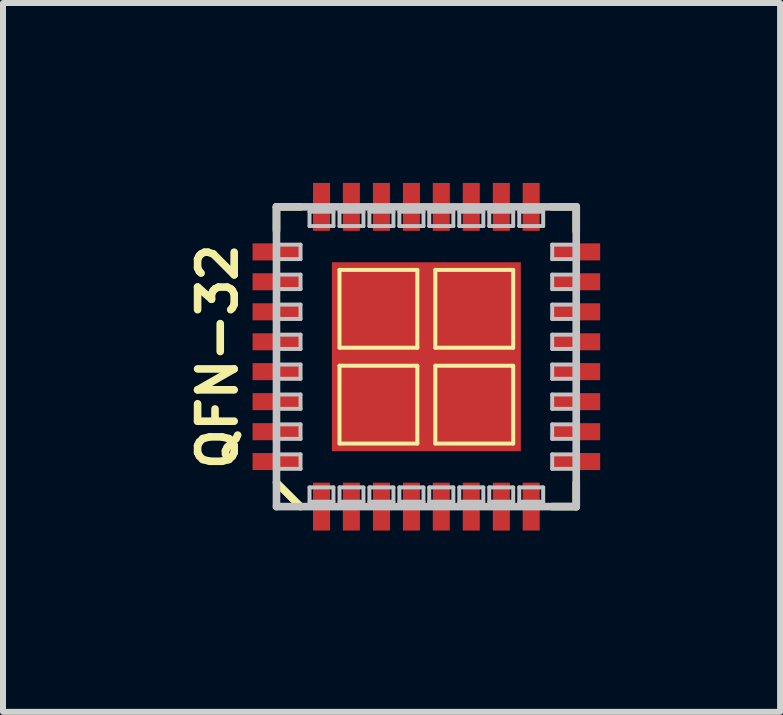
<source format=kicad_pcb>
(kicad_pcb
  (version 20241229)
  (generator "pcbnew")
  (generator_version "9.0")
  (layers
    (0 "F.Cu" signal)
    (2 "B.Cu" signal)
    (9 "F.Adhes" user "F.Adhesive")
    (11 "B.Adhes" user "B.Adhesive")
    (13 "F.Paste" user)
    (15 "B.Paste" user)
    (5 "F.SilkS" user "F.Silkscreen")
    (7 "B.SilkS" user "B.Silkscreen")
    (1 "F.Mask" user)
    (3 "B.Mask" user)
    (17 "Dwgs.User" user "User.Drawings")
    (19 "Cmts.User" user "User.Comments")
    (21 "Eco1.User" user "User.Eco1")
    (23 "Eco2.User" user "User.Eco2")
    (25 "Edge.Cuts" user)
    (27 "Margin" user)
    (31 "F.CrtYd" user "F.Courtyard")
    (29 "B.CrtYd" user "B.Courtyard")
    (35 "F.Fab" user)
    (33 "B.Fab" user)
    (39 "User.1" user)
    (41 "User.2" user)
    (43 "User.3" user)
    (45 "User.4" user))
  (footprint "QFN-32"
    (layer "F.Cu")
    (at 4.059 2.898)
    (property "Reference" "QFN-32" (at -3.48 0 90) (layer "F.SilkS") (effects (font (size 0.61 0.61) (thickness 0.127))))
    (attr smd)
    (fp_line (start -2.499 -2.499) (end -2.098 -2.499) (stroke (width 0.127) (type solid)) (layer "F.SilkS"))
    (fp_line (start -2.499 -2.098) (end -2.499 -2.499) (stroke (width 0.127) (type solid)) (layer "F.SilkS"))
    (fp_line (start -2.499 2.098) (end -2.098 2.499) (stroke (width 0.127) (type solid)) (layer "F.SilkS"))
    (fp_line (start -1.448 -1.448) (end -0.15 -1.448) (stroke (width 0.066) (type solid)) (layer "F.SilkS"))
    (fp_line (start -1.448 -0.15) (end -1.448 -1.448) (stroke (width 0.066) (type solid)) (layer "F.SilkS"))
    (fp_line (start -1.448 -0.15) (end -0.15 -0.15) (stroke (width 0.066) (type solid)) (layer "F.SilkS"))
    (fp_line (start -1.448 0.15) (end -0.15 0.15) (stroke (width 0.066) (type solid)) (layer "F.SilkS"))
    (fp_line (start -1.448 1.448) (end -1.448 0.15) (stroke (width 0.066) (type solid)) (layer "F.SilkS"))
    (fp_line (start -1.448 1.448) (end -0.15 1.448) (stroke (width 0.066) (type solid)) (layer "F.SilkS"))
    (fp_line (start -0.15 -0.15) (end -0.15 -1.448) (stroke (width 0.066) (type solid)) (layer "F.SilkS"))
    (fp_line (start -0.15 1.448) (end -0.15 0.15) (stroke (width 0.066) (type solid)) (layer "F.SilkS"))
    (fp_line (start 0.15 -1.448) (end 1.448 -1.448) (stroke (width 0.066) (type solid)) (layer "F.SilkS"))
    (fp_line (start 0.15 -0.15) (end 0.15 -1.448) (stroke (width 0.066) (type solid)) (layer "F.SilkS"))
    (fp_line (start 0.15 -0.15) (end 1.448 -0.15) (stroke (width 0.066) (type solid)) (layer "F.SilkS"))
    (fp_line (start 0.15 0.15) (end 1.448 0.15) (stroke (width 0.066) (type solid)) (layer "F.SilkS"))
    (fp_line (start 0.15 1.448) (end 0.15 0.15) (stroke (width 0.066) (type solid)) (layer "F.SilkS"))
    (fp_line (start 0.15 1.448) (end 1.448 1.448) (stroke (width 0.066) (type solid)) (layer "F.SilkS"))
    (fp_line (start 1.448 -0.15) (end 1.448 -1.448) (stroke (width 0.066) (type solid)) (layer "F.SilkS"))
    (fp_line (start 1.448 1.448) (end 1.448 0.15) (stroke (width 0.066) (type solid)) (layer "F.SilkS"))
    (fp_line (start 2.098 -2.499) (end 2.499 -2.499) (stroke (width 0.127) (type solid)) (layer "F.SilkS"))
    (fp_line (start 2.499 -2.499) (end 2.499 -2.098) (stroke (width 0.127) (type solid)) (layer "F.SilkS"))
    (fp_line (start 2.499 2.098) (end 2.499 2.499) (stroke (width 0.127) (type solid)) (layer "F.SilkS"))
    (fp_line (start 2.499 2.499) (end 2.098 2.499) (stroke (width 0.127) (type solid)) (layer "F.SilkS"))
    (fp_circle (center -2.667 2.667) (end -2.54 2.667) (stroke (width 0.254) (type solid)) (fill no) (layer "B.Paste"))
    (fp_line (start -2.499 -2.499) (end -2.499 2.499) (stroke (width 0.127) (type solid)) (layer "Dwgs.User"))
    (fp_line (start -2.499 -1.869) (end -2.098 -1.869) (stroke (width 0.066) (type solid)) (layer "Dwgs.User"))
    (fp_line (start -2.499 -1.628) (end -2.499 -1.869) (stroke (width 0.066) (type solid)) (layer "Dwgs.User"))
    (fp_line (start -2.499 -1.628) (end -2.098 -1.628) (stroke (width 0.066) (type solid)) (layer "Dwgs.User"))
    (fp_line (start -2.499 -1.369) (end -2.098 -1.369) (stroke (width 0.066) (type solid)) (layer "Dwgs.User"))
    (fp_line (start -2.499 -1.128) (end -2.499 -1.369) (stroke (width 0.066) (type solid)) (layer "Dwgs.User"))
    (fp_line (start -2.499 -1.128) (end -2.098 -1.128) (stroke (width 0.066) (type solid)) (layer "Dwgs.User"))
    (fp_line (start -2.499 -0.869) (end -2.098 -0.869) (stroke (width 0.066) (type solid)) (layer "Dwgs.User"))
    (fp_line (start -2.499 -0.63) (end -2.499 -0.869) (stroke (width 0.066) (type solid)) (layer "Dwgs.User"))
    (fp_line (start -2.499 -0.63) (end -2.098 -0.63) (stroke (width 0.066) (type solid)) (layer "Dwgs.User"))
    (fp_line (start -2.499 -0.368) (end -2.098 -0.368) (stroke (width 0.066) (type solid)) (layer "Dwgs.User"))
    (fp_line (start -2.499 -0.13) (end -2.499 -0.368) (stroke (width 0.066) (type solid)) (layer "Dwgs.User"))
    (fp_line (start -2.499 -0.13) (end -2.098 -0.13) (stroke (width 0.066) (type solid)) (layer "Dwgs.User"))
    (fp_line (start -2.499 0.13) (end -2.098 0.13) (stroke (width 0.066) (type solid)) (layer "Dwgs.User"))
    (fp_line (start -2.499 0.368) (end -2.499 0.13) (stroke (width 0.066) (type solid)) (layer "Dwgs.User"))
    (fp_line (start -2.499 0.368) (end -2.098 0.368) (stroke (width 0.066) (type solid)) (layer "Dwgs.User"))
    (fp_line (start -2.499 0.63) (end -2.098 0.63) (stroke (width 0.066) (type solid)) (layer "Dwgs.User"))
    (fp_line (start -2.499 0.869) (end -2.499 0.63) (stroke (width 0.066) (type solid)) (layer "Dwgs.User"))
    (fp_line (start -2.499 0.869) (end -2.098 0.869) (stroke (width 0.066) (type solid)) (layer "Dwgs.User"))
    (fp_line (start -2.499 1.128) (end -2.098 1.128) (stroke (width 0.066) (type solid)) (layer "Dwgs.User"))
    (fp_line (start -2.499 1.369) (end -2.499 1.128) (stroke (width 0.066) (type solid)) (layer "Dwgs.User"))
    (fp_line (start -2.499 1.369) (end -2.098 1.369) (stroke (width 0.066) (type solid)) (layer "Dwgs.User"))
    (fp_line (start -2.499 1.628) (end -2.098 1.628) (stroke (width 0.066) (type solid)) (layer "Dwgs.User"))
    (fp_line (start -2.499 1.869) (end -2.499 1.628) (stroke (width 0.066) (type solid)) (layer "Dwgs.User"))
    (fp_line (start -2.499 1.869) (end -2.098 1.869) (stroke (width 0.066) (type solid)) (layer "Dwgs.User"))
    (fp_line (start -2.499 2.499) (end 2.499 2.499) (stroke (width 0.127) (type solid)) (layer "Dwgs.User"))
    (fp_line (start -2.098 -1.628) (end -2.098 -1.869) (stroke (width 0.066) (type solid)) (layer "Dwgs.User"))
    (fp_line (start -2.098 -1.128) (end -2.098 -1.369) (stroke (width 0.066) (type solid)) (layer "Dwgs.User"))
    (fp_line (start -2.098 -0.63) (end -2.098 -0.869) (stroke (width 0.066) (type solid)) (layer "Dwgs.User"))
    (fp_line (start -2.098 -0.13) (end -2.098 -0.368) (stroke (width 0.066) (type solid)) (layer "Dwgs.User"))
    (fp_line (start -2.098 0.368) (end -2.098 0.13) (stroke (width 0.066) (type solid)) (layer "Dwgs.User"))
    (fp_line (start -2.098 0.869) (end -2.098 0.63) (stroke (width 0.066) (type solid)) (layer "Dwgs.User"))
    (fp_line (start -2.098 1.369) (end -2.098 1.128) (stroke (width 0.066) (type solid)) (layer "Dwgs.User"))
    (fp_line (start -2.098 1.869) (end -2.098 1.628) (stroke (width 0.066) (type solid)) (layer "Dwgs.User"))
    (fp_line (start -1.948 -2.418) (end -1.549 -2.418) (stroke (width 0.066) (type solid)) (layer "Dwgs.User"))
    (fp_line (start -1.948 -2.179) (end -1.948 -2.418) (stroke (width 0.066) (type solid)) (layer "Dwgs.User"))
    (fp_line (start -1.948 -2.179) (end -1.549 -2.179) (stroke (width 0.066) (type solid)) (layer "Dwgs.User"))
    (fp_line (start -1.948 2.179) (end -1.549 2.179) (stroke (width 0.066) (type solid)) (layer "Dwgs.User"))
    (fp_line (start -1.948 2.418) (end -1.948 2.179) (stroke (width 0.066) (type solid)) (layer "Dwgs.User"))
    (fp_line (start -1.948 2.418) (end -1.549 2.418) (stroke (width 0.066) (type solid)) (layer "Dwgs.User"))
    (fp_line (start -1.549 -2.179) (end -1.549 -2.418) (stroke (width 0.066) (type solid)) (layer "Dwgs.User"))
    (fp_line (start -1.549 2.418) (end -1.549 2.179) (stroke (width 0.066) (type solid)) (layer "Dwgs.User"))
    (fp_line (start -1.448 -2.418) (end -1.049 -2.418) (stroke (width 0.066) (type solid)) (layer "Dwgs.User"))
    (fp_line (start -1.448 -2.179) (end -1.448 -2.418) (stroke (width 0.066) (type solid)) (layer "Dwgs.User"))
    (fp_line (start -1.448 -2.179) (end -1.049 -2.179) (stroke (width 0.066) (type solid)) (layer "Dwgs.User"))
    (fp_line (start -1.448 2.179) (end -1.049 2.179) (stroke (width 0.066) (type solid)) (layer "Dwgs.User"))
    (fp_line (start -1.448 2.418) (end -1.448 2.179) (stroke (width 0.066) (type solid)) (layer "Dwgs.User"))
    (fp_line (start -1.448 2.418) (end -1.049 2.418) (stroke (width 0.066) (type solid)) (layer "Dwgs.User"))
    (fp_line (start -1.049 -2.179) (end -1.049 -2.418) (stroke (width 0.066) (type solid)) (layer "Dwgs.User"))
    (fp_line (start -1.049 2.418) (end -1.049 2.179) (stroke (width 0.066) (type solid)) (layer "Dwgs.User"))
    (fp_line (start -0.95 -2.418) (end -0.549 -2.418) (stroke (width 0.066) (type solid)) (layer "Dwgs.User"))
    (fp_line (start -0.95 -2.179) (end -0.95 -2.418) (stroke (width 0.066) (type solid)) (layer "Dwgs.User"))
    (fp_line (start -0.95 -2.179) (end -0.549 -2.179) (stroke (width 0.066) (type solid)) (layer "Dwgs.User"))
    (fp_line (start -0.95 2.179) (end -0.549 2.179) (stroke (width 0.066) (type solid)) (layer "Dwgs.User"))
    (fp_line (start -0.95 2.418) (end -0.95 2.179) (stroke (width 0.066) (type solid)) (layer "Dwgs.User"))
    (fp_line (start -0.95 2.418) (end -0.549 2.418) (stroke (width 0.066) (type solid)) (layer "Dwgs.User"))
    (fp_line (start -0.549 -2.179) (end -0.549 -2.418) (stroke (width 0.066) (type solid)) (layer "Dwgs.User"))
    (fp_line (start -0.549 2.418) (end -0.549 2.179) (stroke (width 0.066) (type solid)) (layer "Dwgs.User"))
    (fp_line (start -0.45 -2.418) (end -0.048 -2.418) (stroke (width 0.066) (type solid)) (layer "Dwgs.User"))
    (fp_line (start -0.45 -2.179) (end -0.45 -2.418) (stroke (width 0.066) (type solid)) (layer "Dwgs.User"))
    (fp_line (start -0.45 -2.179) (end -0.048 -2.179) (stroke (width 0.066) (type solid)) (layer "Dwgs.User"))
    (fp_line (start -0.45 2.179) (end -0.048 2.179) (stroke (width 0.066) (type solid)) (layer "Dwgs.User"))
    (fp_line (start -0.45 2.418) (end -0.45 2.179) (stroke (width 0.066) (type solid)) (layer "Dwgs.User"))
    (fp_line (start -0.45 2.418) (end -0.048 2.418) (stroke (width 0.066) (type solid)) (layer "Dwgs.User"))
    (fp_line (start -0.048 -2.179) (end -0.048 -2.418) (stroke (width 0.066) (type solid)) (layer "Dwgs.User"))
    (fp_line (start -0.048 2.418) (end -0.048 2.179) (stroke (width 0.066) (type solid)) (layer "Dwgs.User"))
    (fp_line (start 0.048 -2.418) (end 0.45 -2.418) (stroke (width 0.066) (type solid)) (layer "Dwgs.User"))
    (fp_line (start 0.048 -2.179) (end 0.048 -2.418) (stroke (width 0.066) (type solid)) (layer "Dwgs.User"))
    (fp_line (start 0.048 -2.179) (end 0.45 -2.179) (stroke (width 0.066) (type solid)) (layer "Dwgs.User"))
    (fp_line (start 0.048 2.179) (end 0.45 2.179) (stroke (width 0.066) (type solid)) (layer "Dwgs.User"))
    (fp_line (start 0.048 2.418) (end 0.048 2.179) (stroke (width 0.066) (type solid)) (layer "Dwgs.User"))
    (fp_line (start 0.048 2.418) (end 0.45 2.418) (stroke (width 0.066) (type solid)) (layer "Dwgs.User"))
    (fp_line (start 0.45 -2.179) (end 0.45 -2.418) (stroke (width 0.066) (type solid)) (layer "Dwgs.User"))
    (fp_line (start 0.45 2.418) (end 0.45 2.179) (stroke (width 0.066) (type solid)) (layer "Dwgs.User"))
    (fp_line (start 0.549 -2.418) (end 0.95 -2.418) (stroke (width 0.066) (type solid)) (layer "Dwgs.User"))
    (fp_line (start 0.549 -2.179) (end 0.549 -2.418) (stroke (width 0.066) (type solid)) (layer "Dwgs.User"))
    (fp_line (start 0.549 -2.179) (end 0.95 -2.179) (stroke (width 0.066) (type solid)) (layer "Dwgs.User"))
    (fp_line (start 0.549 2.179) (end 0.95 2.179) (stroke (width 0.066) (type solid)) (layer "Dwgs.User"))
    (fp_line (start 0.549 2.418) (end 0.549 2.179) (stroke (width 0.066) (type solid)) (layer "Dwgs.User"))
    (fp_line (start 0.549 2.418) (end 0.95 2.418) (stroke (width 0.066) (type solid)) (layer "Dwgs.User"))
    (fp_line (start 0.95 -2.179) (end 0.95 -2.418) (stroke (width 0.066) (type solid)) (layer "Dwgs.User"))
    (fp_line (start 0.95 2.418) (end 0.95 2.179) (stroke (width 0.066) (type solid)) (layer "Dwgs.User"))
    (fp_line (start 1.049 -2.418) (end 1.448 -2.418) (stroke (width 0.066) (type solid)) (layer "Dwgs.User"))
    (fp_line (start 1.049 -2.179) (end 1.049 -2.418) (stroke (width 0.066) (type solid)) (layer "Dwgs.User"))
    (fp_line (start 1.049 -2.179) (end 1.448 -2.179) (stroke (width 0.066) (type solid)) (layer "Dwgs.User"))
    (fp_line (start 1.049 2.179) (end 1.448 2.179) (stroke (width 0.066) (type solid)) (layer "Dwgs.User"))
    (fp_line (start 1.049 2.418) (end 1.049 2.179) (stroke (width 0.066) (type solid)) (layer "Dwgs.User"))
    (fp_line (start 1.049 2.418) (end 1.448 2.418) (stroke (width 0.066) (type solid)) (layer "Dwgs.User"))
    (fp_line (start 1.448 -2.179) (end 1.448 -2.418) (stroke (width 0.066) (type solid)) (layer "Dwgs.User"))
    (fp_line (start 1.448 2.418) (end 1.448 2.179) (stroke (width 0.066) (type solid)) (layer "Dwgs.User"))
    (fp_line (start 1.549 -2.418) (end 1.948 -2.418) (stroke (width 0.066) (type solid)) (layer "Dwgs.User"))
    (fp_line (start 1.549 -2.179) (end 1.549 -2.418) (stroke (width 0.066) (type solid)) (layer "Dwgs.User"))
    (fp_line (start 1.549 -2.179) (end 1.948 -2.179) (stroke (width 0.066) (type solid)) (layer "Dwgs.User"))
    (fp_line (start 1.549 2.179) (end 1.948 2.179) (stroke (width 0.066) (type solid)) (layer "Dwgs.User"))
    (fp_line (start 1.549 2.418) (end 1.549 2.179) (stroke (width 0.066) (type solid)) (layer "Dwgs.User"))
    (fp_line (start 1.549 2.418) (end 1.948 2.418) (stroke (width 0.066) (type solid)) (layer "Dwgs.User"))
    (fp_line (start 1.948 -2.179) (end 1.948 -2.418) (stroke (width 0.066) (type solid)) (layer "Dwgs.User"))
    (fp_line (start 1.948 2.418) (end 1.948 2.179) (stroke (width 0.066) (type solid)) (layer "Dwgs.User"))
    (fp_line (start 2.098 -1.869) (end 2.499 -1.869) (stroke (width 0.066) (type solid)) (layer "Dwgs.User"))
    (fp_line (start 2.098 -1.628) (end 2.098 -1.869) (stroke (width 0.066) (type solid)) (layer "Dwgs.User"))
    (fp_line (start 2.098 -1.628) (end 2.499 -1.628) (stroke (width 0.066) (type solid)) (layer "Dwgs.User"))
    (fp_line (start 2.098 -1.369) (end 2.499 -1.369) (stroke (width 0.066) (type solid)) (layer "Dwgs.User"))
    (fp_line (start 2.098 -1.128) (end 2.098 -1.369) (stroke (width 0.066) (type solid)) (layer "Dwgs.User"))
    (fp_line (start 2.098 -1.128) (end 2.499 -1.128) (stroke (width 0.066) (type solid)) (layer "Dwgs.User"))
    (fp_line (start 2.098 -0.869) (end 2.499 -0.869) (stroke (width 0.066) (type solid)) (layer "Dwgs.User"))
    (fp_line (start 2.098 -0.63) (end 2.098 -0.869) (stroke (width 0.066) (type solid)) (layer "Dwgs.User"))
    (fp_line (start 2.098 -0.63) (end 2.499 -0.63) (stroke (width 0.066) (type solid)) (layer "Dwgs.User"))
    (fp_line (start 2.098 -0.368) (end 2.499 -0.368) (stroke (width 0.066) (type solid)) (layer "Dwgs.User"))
    (fp_line (start 2.098 -0.13) (end 2.098 -0.368) (stroke (width 0.066) (type solid)) (layer "Dwgs.User"))
    (fp_line (start 2.098 -0.13) (end 2.499 -0.13) (stroke (width 0.066) (type solid)) (layer "Dwgs.User"))
    (fp_line (start 2.098 0.13) (end 2.499 0.13) (stroke (width 0.066) (type solid)) (layer "Dwgs.User"))
    (fp_line (start 2.098 0.368) (end 2.098 0.13) (stroke (width 0.066) (type solid)) (layer "Dwgs.User"))
    (fp_line (start 2.098 0.368) (end 2.499 0.368) (stroke (width 0.066) (type solid)) (layer "Dwgs.User"))
    (fp_line (start 2.098 0.63) (end 2.499 0.63) (stroke (width 0.066) (type solid)) (layer "Dwgs.User"))
    (fp_line (start 2.098 0.869) (end 2.098 0.63) (stroke (width 0.066) (type solid)) (layer "Dwgs.User"))
    (fp_line (start 2.098 0.869) (end 2.499 0.869) (stroke (width 0.066) (type solid)) (layer "Dwgs.User"))
    (fp_line (start 2.098 1.128) (end 2.499 1.128) (stroke (width 0.066) (type solid)) (layer "Dwgs.User"))
    (fp_line (start 2.098 1.369) (end 2.098 1.128) (stroke (width 0.066) (type solid)) (layer "Dwgs.User"))
    (fp_line (start 2.098 1.369) (end 2.499 1.369) (stroke (width 0.066) (type solid)) (layer "Dwgs.User"))
    (fp_line (start 2.098 1.628) (end 2.499 1.628) (stroke (width 0.066) (type solid)) (layer "Dwgs.User"))
    (fp_line (start 2.098 1.869) (end 2.098 1.628) (stroke (width 0.066) (type solid)) (layer "Dwgs.User"))
    (fp_line (start 2.098 1.869) (end 2.499 1.869) (stroke (width 0.066) (type solid)) (layer "Dwgs.User"))
    (fp_line (start 2.499 -2.499) (end -2.499 -2.499) (stroke (width 0.127) (type solid)) (layer "Dwgs.User"))
    (fp_line (start 2.499 -1.628) (end 2.499 -1.869) (stroke (width 0.066) (type solid)) (layer "Dwgs.User"))
    (fp_line (start 2.499 -1.128) (end 2.499 -1.369) (stroke (width 0.066) (type solid)) (layer "Dwgs.User"))
    (fp_line (start 2.499 -0.63) (end 2.499 -0.869) (stroke (width 0.066) (type solid)) (layer "Dwgs.User"))
    (fp_line (start 2.499 -0.13) (end 2.499 -0.368) (stroke (width 0.066) (type solid)) (layer "Dwgs.User"))
    (fp_line (start 2.499 0.368) (end 2.499 0.13) (stroke (width 0.066) (type solid)) (layer "Dwgs.User"))
    (fp_line (start 2.499 0.869) (end 2.499 0.63) (stroke (width 0.066) (type solid)) (layer "Dwgs.User"))
    (fp_line (start 2.499 1.369) (end 2.499 1.128) (stroke (width 0.066) (type solid)) (layer "Dwgs.User"))
    (fp_line (start 2.499 1.869) (end 2.499 1.628) (stroke (width 0.066) (type solid)) (layer "Dwgs.User"))
    (fp_line (start 2.499 2.499) (end 2.499 -2.499) (stroke (width 0.127) (type solid)) (layer "Dwgs.User"))
    (pad "1" smd rect (at -1.748 2.499 90) (size 0.798 0.284) (layers "F.Cu" "F.Mask" "F.Paste"))
    (pad "2" smd rect (at -1.25 2.499 90) (size 0.798 0.284) (layers "F.Cu" "F.Mask" "F.Paste"))
    (pad "3" smd rect (at -0.749 2.499 90) (size 0.798 0.284) (layers "F.Cu" "F.Mask" "F.Paste"))
    (pad "4" smd rect (at -0.249 2.499 90) (size 0.798 0.284) (layers "F.Cu" "F.Mask" "F.Paste"))
    (pad "5" smd rect (at 0.249 2.499 90) (size 0.798 0.284) (layers "F.Cu" "F.Mask" "F.Paste"))
    (pad "6" smd rect (at 0.749 2.499 90) (size 0.798 0.284) (layers "F.Cu" "F.Mask" "F.Paste"))
    (pad "7" smd rect (at 1.25 2.499 90) (size 0.798 0.284) (layers "F.Cu" "F.Mask" "F.Paste"))
    (pad "8" smd rect (at 1.748 2.499 90) (size 0.798 0.284) (layers "F.Cu" "F.Mask" "F.Paste"))
    (pad "9" smd rect (at 2.499 1.748 180) (size 0.798 0.284) (layers "F.Cu" "F.Mask" "F.Paste"))
    (pad "10" smd rect (at 2.499 1.25 180) (size 0.798 0.284) (layers "F.Cu" "F.Mask" "F.Paste"))
    (pad "11" smd rect (at 2.499 0.749 180) (size 0.798 0.284) (layers "F.Cu" "F.Mask" "F.Paste"))
    (pad "12" smd rect (at 2.499 0.249 180) (size 0.798 0.284) (layers "F.Cu" "F.Mask" "F.Paste"))
    (pad "13" smd rect (at 2.499 -0.249 180) (size 0.798 0.284) (layers "F.Cu" "F.Mask" "F.Paste"))
    (pad "14" smd rect (at 2.499 -0.749 180) (size 0.798 0.284) (layers "F.Cu" "F.Mask" "F.Paste"))
    (pad "15" smd rect (at 2.499 -1.25 180) (size 0.798 0.284) (layers "F.Cu" "F.Mask" "F.Paste"))
    (pad "16" smd rect (at 2.499 -1.748 180) (size 0.798 0.284) (layers "F.Cu" "F.Mask" "F.Paste"))
    (pad "17" smd rect (at 1.748 -2.499 270) (size 0.798 0.284) (layers "F.Cu" "F.Mask" "F.Paste"))
    (pad "18" smd rect (at 1.25 -2.499 270) (size 0.798 0.284) (layers "F.Cu" "F.Mask" "F.Paste"))
    (pad "19" smd rect (at 0.749 -2.499 270) (size 0.798 0.284) (layers "F.Cu" "F.Mask" "F.Paste"))
    (pad "20" smd rect (at 0.249 -2.499 270) (size 0.798 0.284) (layers "F.Cu" "F.Mask" "F.Paste"))
    (pad "21" smd rect (at -0.249 -2.499 270) (size 0.798 0.284) (layers "F.Cu" "F.Mask" "F.Paste"))
    (pad "22" smd rect (at -0.749 -2.499 270) (size 0.798 0.284) (layers "F.Cu" "F.Mask" "F.Paste"))
    (pad "23" smd rect (at -1.25 -2.499 270) (size 0.798 0.284) (layers "F.Cu" "F.Mask" "F.Paste"))
    (pad "24" smd rect (at -1.748 -2.499 270) (size 0.798 0.284) (layers "F.Cu" "F.Mask" "F.Paste"))
    (pad "25" smd rect (at -2.499 -1.748) (size 0.798 0.284) (layers "F.Cu" "F.Mask" "F.Paste"))
    (pad "26" smd rect (at -2.499 -1.25) (size 0.798 0.284) (layers "F.Cu" "F.Mask" "F.Paste"))
    (pad "27" smd rect (at -2.499 -0.749) (size 0.798 0.284) (layers "F.Cu" "F.Mask" "F.Paste"))
    (pad "28" smd rect (at -2.499 -0.249) (size 0.798 0.284) (layers "F.Cu" "F.Mask" "F.Paste"))
    (pad "29" smd rect (at -2.499 0.249) (size 0.798 0.284) (layers "F.Cu" "F.Mask" "F.Paste"))
    (pad "30" smd rect (at -2.499 0.749) (size 0.798 0.284) (layers "F.Cu" "F.Mask" "F.Paste"))
    (pad "31" smd rect (at -2.499 1.25) (size 0.798 0.284) (layers "F.Cu" "F.Mask" "F.Paste"))
    (pad "32" smd rect (at -2.499 1.748) (size 0.798 0.284) (layers "F.Cu" "F.Mask" "F.Paste"))
    (pad "EP" smd rect (at 0 0) (size 3.15 3.15) (layers "F.Cu" "F.Mask" "F.Paste")))
  (gr_rect
    (start -3 -3)
    (end 9.957 8.819)
    (stroke (width 0.1) (type default))
    (fill no)
    (layer "Edge.Cuts")))
</source>
